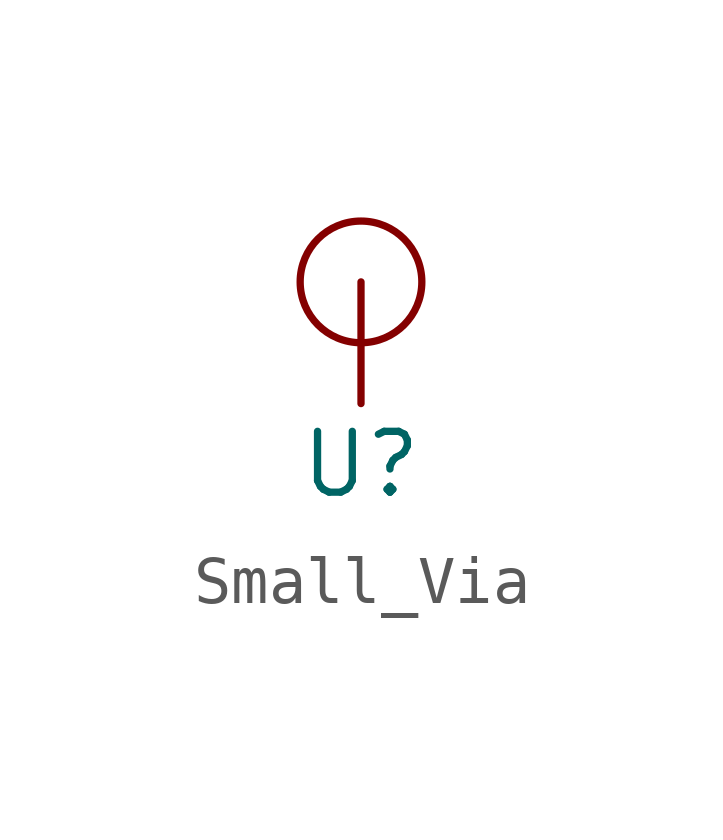
<source format=kicad_sym>
(kicad_symbol_lib
  (version 20220914)
  (generator kicad_symbol_editor)
  (symbol "Small_Via"
    (property "Reference" "U"
      (at 0 0 0)
      (effects (font (size 1.27 1.27))))
    (property "Value" ""
      (at 0 0 0)
      (effects (font (size 1.27 1.27))))
    (symbol "Small_Via_0_1"
      (circle (center 0 3.81) (radius 1.27) (stroke (width 0) (type default)) (fill (type none))))
    (symbol "Small_Via_1_1"
      (pin bidirectional line (at 0 1.27 90) (length 2.54) (name "" (effects (font (size 1.27 1.27)))) (number "" (effects (font (size 1.27 1.27))))))))
</source>
